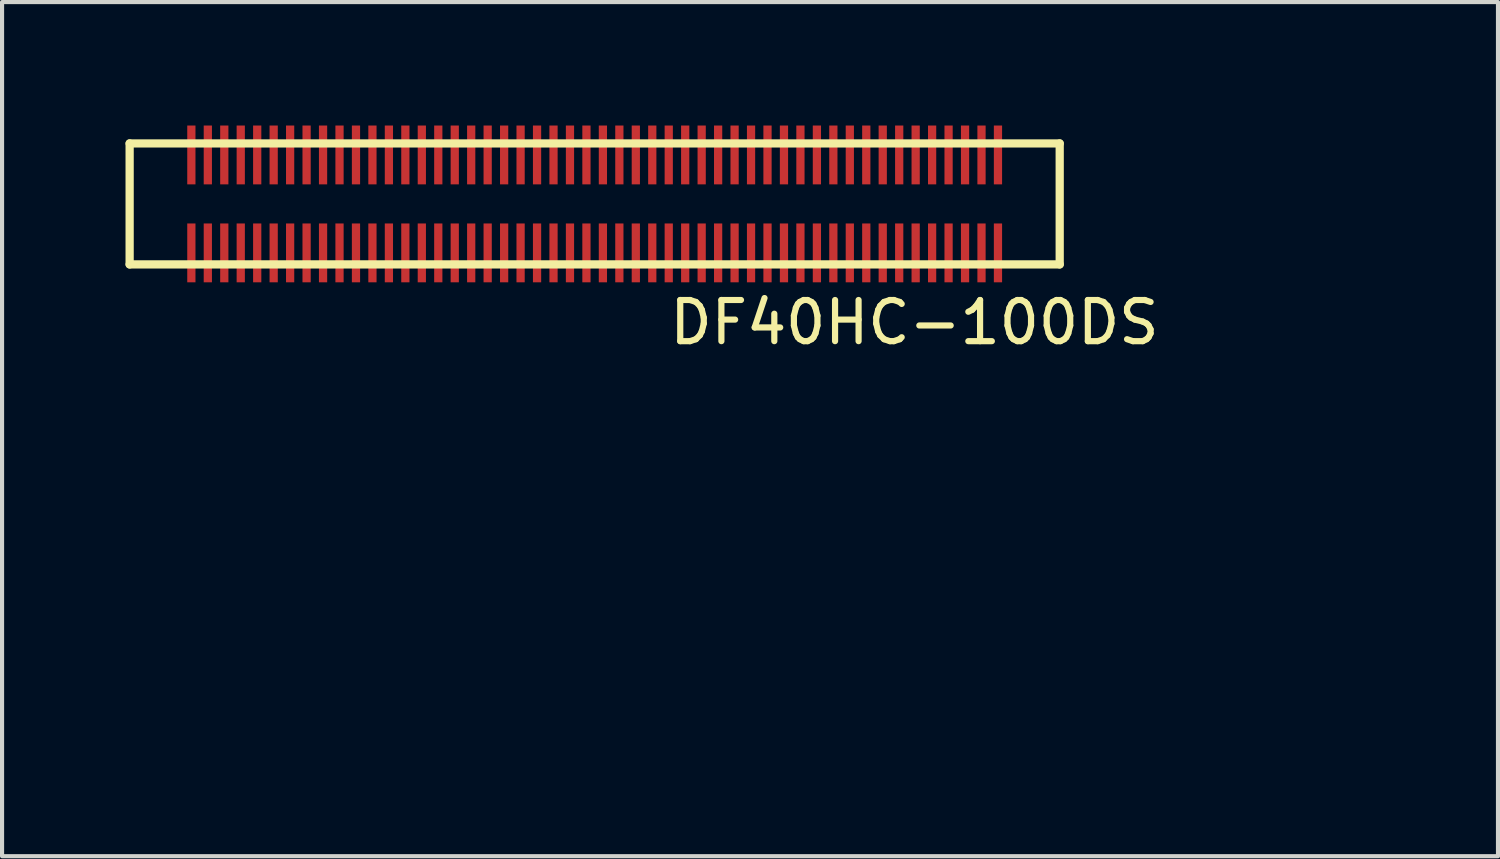
<source format=kicad_pcb>
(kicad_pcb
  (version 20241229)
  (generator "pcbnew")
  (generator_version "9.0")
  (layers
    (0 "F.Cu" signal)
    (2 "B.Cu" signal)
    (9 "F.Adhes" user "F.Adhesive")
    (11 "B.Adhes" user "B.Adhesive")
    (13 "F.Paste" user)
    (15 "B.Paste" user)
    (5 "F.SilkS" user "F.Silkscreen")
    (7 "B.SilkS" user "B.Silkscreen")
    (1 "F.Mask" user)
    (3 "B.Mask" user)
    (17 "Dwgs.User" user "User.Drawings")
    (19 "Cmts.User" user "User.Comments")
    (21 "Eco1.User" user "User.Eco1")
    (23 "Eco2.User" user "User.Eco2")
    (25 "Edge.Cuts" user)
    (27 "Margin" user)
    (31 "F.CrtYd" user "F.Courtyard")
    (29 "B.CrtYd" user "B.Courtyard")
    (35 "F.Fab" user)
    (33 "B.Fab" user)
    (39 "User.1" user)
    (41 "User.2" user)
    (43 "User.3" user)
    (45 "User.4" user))
  (footprint "DF40HC-100DS"
    (layer "F.Cu")
    (at 30.1 14.505)
    (property "Reference" "DF40HC-100DS" (at -10.93 -9.72 0) (layer "F.SilkS") (effects (font (size 1 1) (thickness 0.15))))
    (attr through_hole)
    (fp_line (start -30 -14.07) (end -30 -11.13) (stroke (width 0.2) (type solid)) (layer "F.SilkS"))
    (fp_line (start -30 -14.07) (end -7.4 -14.07) (stroke (width 0.2) (type solid)) (layer "F.SilkS"))
    (fp_line (start -30 -11.13) (end -7.4 -11.13) (stroke (width 0.2) (type solid)) (layer "F.SilkS"))
    (fp_line (start -7.4 -14.07) (end -7.4 -11.13) (stroke (width 0.2) (type solid)) (layer "F.SilkS"))
    (pad "1" smd rect (at -28.5 -13.79) (size 0.2 1.43) (layers "F.Cu" "F.Mask" "F.Paste"))
    (pad "2" smd rect (at -28.5 -11.41) (size 0.2 1.43) (layers "F.Cu" "F.Mask" "F.Paste"))
    (pad "3" smd rect (at -28.1 -13.79) (size 0.2 1.43) (layers "F.Cu" "F.Mask" "F.Paste"))
    (pad "4" smd rect (at -28.1 -11.41) (size 0.2 1.43) (layers "F.Cu" "F.Mask" "F.Paste"))
    (pad "5" smd rect (at -27.7 -13.79) (size 0.2 1.43) (layers "F.Cu" "F.Mask" "F.Paste"))
    (pad "6" smd rect (at -27.7 -11.41) (size 0.2 1.43) (layers "F.Cu" "F.Mask" "F.Paste"))
    (pad "7" smd rect (at -27.3 -13.79) (size 0.2 1.43) (layers "F.Cu" "F.Mask" "F.Paste"))
    (pad "8" smd rect (at -27.3 -11.41) (size 0.2 1.43) (layers "F.Cu" "F.Mask" "F.Paste"))
    (pad "9" smd rect (at -26.9 -13.79) (size 0.2 1.43) (layers "F.Cu" "F.Mask" "F.Paste"))
    (pad "10" smd rect (at -26.9 -11.41) (size 0.2 1.43) (layers "F.Cu" "F.Mask" "F.Paste"))
    (pad "11" smd rect (at -26.5 -13.79) (size 0.2 1.43) (layers "F.Cu" "F.Mask" "F.Paste"))
    (pad "12" smd rect (at -26.5 -11.41) (size 0.2 1.43) (layers "F.Cu" "F.Mask" "F.Paste"))
    (pad "13" smd rect (at -26.1 -13.79) (size 0.2 1.43) (layers "F.Cu" "F.Mask" "F.Paste"))
    (pad "14" smd rect (at -26.1 -11.41) (size 0.2 1.43) (layers "F.Cu" "F.Mask" "F.Paste"))
    (pad "15" smd rect (at -25.7 -13.79) (size 0.2 1.43) (layers "F.Cu" "F.Mask" "F.Paste"))
    (pad "16" smd rect (at -25.7 -11.41) (size 0.2 1.43) (layers "F.Cu" "F.Mask" "F.Paste"))
    (pad "17" smd rect (at -25.3 -13.79) (size 0.2 1.43) (layers "F.Cu" "F.Mask" "F.Paste"))
    (pad "18" smd rect (at -25.3 -11.41) (size 0.2 1.43) (layers "F.Cu" "F.Mask" "F.Paste"))
    (pad "19" smd rect (at -24.9 -13.79) (size 0.2 1.43) (layers "F.Cu" "F.Mask" "F.Paste"))
    (pad "20" smd rect (at -24.9 -11.41) (size 0.2 1.43) (layers "F.Cu" "F.Mask" "F.Paste"))
    (pad "21" smd rect (at -24.5 -13.79) (size 0.2 1.43) (layers "F.Cu" "F.Mask" "F.Paste"))
    (pad "22" smd rect (at -24.5 -11.41) (size 0.2 1.43) (layers "F.Cu" "F.Mask" "F.Paste"))
    (pad "23" smd rect (at -24.1 -13.79) (size 0.2 1.43) (layers "F.Cu" "F.Mask" "F.Paste"))
    (pad "24" smd rect (at -24.1 -11.41) (size 0.2 1.43) (layers "F.Cu" "F.Mask" "F.Paste"))
    (pad "25" smd rect (at -23.7 -13.79) (size 0.2 1.43) (layers "F.Cu" "F.Mask" "F.Paste"))
    (pad "26" smd rect (at -23.7 -11.41) (size 0.2 1.43) (layers "F.Cu" "F.Mask" "F.Paste"))
    (pad "27" smd rect (at -23.3 -13.79) (size 0.2 1.43) (layers "F.Cu" "F.Mask" "F.Paste"))
    (pad "28" smd rect (at -23.3 -11.41) (size 0.2 1.43) (layers "F.Cu" "F.Mask" "F.Paste"))
    (pad "29" smd rect (at -22.9 -13.79) (size 0.2 1.43) (layers "F.Cu" "F.Mask" "F.Paste"))
    (pad "30" smd rect (at -22.9 -11.41) (size 0.2 1.43) (layers "F.Cu" "F.Mask" "F.Paste"))
    (pad "31" smd rect (at -22.5 -13.79) (size 0.2 1.43) (layers "F.Cu" "F.Mask" "F.Paste"))
    (pad "32" smd rect (at -22.5 -11.41) (size 0.2 1.43) (layers "F.Cu" "F.Mask" "F.Paste"))
    (pad "33" smd rect (at -22.1 -13.79) (size 0.2 1.43) (layers "F.Cu" "F.Mask" "F.Paste"))
    (pad "34" smd rect (at -22.1 -11.41) (size 0.2 1.43) (layers "F.Cu" "F.Mask" "F.Paste"))
    (pad "35" smd rect (at -21.7 -13.79) (size 0.2 1.43) (layers "F.Cu" "F.Mask" "F.Paste"))
    (pad "36" smd rect (at -21.7 -11.41) (size 0.2 1.43) (layers "F.Cu" "F.Mask" "F.Paste"))
    (pad "37" smd rect (at -21.3 -13.79) (size 0.2 1.43) (layers "F.Cu" "F.Mask" "F.Paste"))
    (pad "38" smd rect (at -21.3 -11.41) (size 0.2 1.43) (layers "F.Cu" "F.Mask" "F.Paste"))
    (pad "39" smd rect (at -20.9 -13.79) (size 0.2 1.43) (layers "F.Cu" "F.Mask" "F.Paste"))
    (pad "40" smd rect (at -20.9 -11.41) (size 0.2 1.43) (layers "F.Cu" "F.Mask" "F.Paste"))
    (pad "41" smd rect (at -20.5 -13.79) (size 0.2 1.43) (layers "F.Cu" "F.Mask" "F.Paste"))
    (pad "42" smd rect (at -20.5 -11.41) (size 0.2 1.43) (layers "F.Cu" "F.Mask" "F.Paste"))
    (pad "43" smd rect (at -20.1 -13.79) (size 0.2 1.43) (layers "F.Cu" "F.Mask" "F.Paste"))
    (pad "44" smd rect (at -20.1 -11.41) (size 0.2 1.43) (layers "F.Cu" "F.Mask" "F.Paste"))
    (pad "45" smd rect (at -19.7 -13.79) (size 0.2 1.43) (layers "F.Cu" "F.Mask" "F.Paste"))
    (pad "46" smd rect (at -19.7 -11.41) (size 0.2 1.43) (layers "F.Cu" "F.Mask" "F.Paste"))
    (pad "47" smd rect (at -19.3 -13.79) (size 0.2 1.43) (layers "F.Cu" "F.Mask" "F.Paste"))
    (pad "48" smd rect (at -19.3 -11.41) (size 0.2 1.43) (layers "F.Cu" "F.Mask" "F.Paste"))
    (pad "49" smd rect (at -18.9 -13.79) (size 0.2 1.43) (layers "F.Cu" "F.Mask" "F.Paste"))
    (pad "50" smd rect (at -18.9 -11.41) (size 0.2 1.43) (layers "F.Cu" "F.Mask" "F.Paste"))
    (pad "51" smd rect (at -18.5 -13.79) (size 0.2 1.43) (layers "F.Cu" "F.Mask" "F.Paste"))
    (pad "52" smd rect (at -18.5 -11.41) (size 0.2 1.43) (layers "F.Cu" "F.Mask" "F.Paste"))
    (pad "53" smd rect (at -18.1 -13.79) (size 0.2 1.43) (layers "F.Cu" "F.Mask" "F.Paste"))
    (pad "54" smd rect (at -18.1 -11.41) (size 0.2 1.43) (layers "F.Cu" "F.Mask" "F.Paste"))
    (pad "55" smd rect (at -17.7 -13.79) (size 0.2 1.43) (layers "F.Cu" "F.Mask" "F.Paste"))
    (pad "56" smd rect (at -17.7 -11.41) (size 0.2 1.43) (layers "F.Cu" "F.Mask" "F.Paste"))
    (pad "57" smd rect (at -17.3 -13.79) (size 0.2 1.43) (layers "F.Cu" "F.Mask" "F.Paste"))
    (pad "58" smd rect (at -17.3 -11.41) (size 0.2 1.43) (layers "F.Cu" "F.Mask" "F.Paste"))
    (pad "59" smd rect (at -16.9 -13.79) (size 0.2 1.43) (layers "F.Cu" "F.Mask" "F.Paste"))
    (pad "60" smd rect (at -16.9 -11.41) (size 0.2 1.43) (layers "F.Cu" "F.Mask" "F.Paste"))
    (pad "61" smd rect (at -16.5 -13.79) (size 0.2 1.43) (layers "F.Cu" "F.Mask" "F.Paste"))
    (pad "62" smd rect (at -16.5 -11.41) (size 0.2 1.43) (layers "F.Cu" "F.Mask" "F.Paste"))
    (pad "63" smd rect (at -16.1 -13.79) (size 0.2 1.43) (layers "F.Cu" "F.Mask" "F.Paste"))
    (pad "64" smd rect (at -16.1 -11.41) (size 0.2 1.43) (layers "F.Cu" "F.Mask" "F.Paste"))
    (pad "65" smd rect (at -15.7 -13.79) (size 0.2 1.43) (layers "F.Cu" "F.Mask" "F.Paste"))
    (pad "66" smd rect (at -15.7 -11.41) (size 0.2 1.43) (layers "F.Cu" "F.Mask" "F.Paste"))
    (pad "67" smd rect (at -15.3 -13.79) (size 0.2 1.43) (layers "F.Cu" "F.Mask" "F.Paste"))
    (pad "68" smd rect (at -15.3 -11.41) (size 0.2 1.43) (layers "F.Cu" "F.Mask" "F.Paste"))
    (pad "69" smd rect (at -14.9 -13.79) (size 0.2 1.43) (layers "F.Cu" "F.Mask" "F.Paste"))
    (pad "70" smd rect (at -14.9 -11.41) (size 0.2 1.43) (layers "F.Cu" "F.Mask" "F.Paste"))
    (pad "71" smd rect (at -14.5 -13.79) (size 0.2 1.43) (layers "F.Cu" "F.Mask" "F.Paste"))
    (pad "72" smd rect (at -14.5 -11.41) (size 0.2 1.43) (layers "F.Cu" "F.Mask" "F.Paste"))
    (pad "73" smd rect (at -14.1 -13.79) (size 0.2 1.43) (layers "F.Cu" "F.Mask" "F.Paste"))
    (pad "74" smd rect (at -14.1 -11.41) (size 0.2 1.43) (layers "F.Cu" "F.Mask" "F.Paste"))
    (pad "75" smd rect (at -13.7 -13.79) (size 0.2 1.43) (layers "F.Cu" "F.Mask" "F.Paste"))
    (pad "76" smd rect (at -13.7 -11.41) (size 0.2 1.43) (layers "F.Cu" "F.Mask" "F.Paste"))
    (pad "77" smd rect (at -13.3 -13.79) (size 0.2 1.43) (layers "F.Cu" "F.Mask" "F.Paste"))
    (pad "78" smd rect (at -13.3 -11.41) (size 0.2 1.43) (layers "F.Cu" "F.Mask" "F.Paste"))
    (pad "79" smd rect (at -12.9 -13.79) (size 0.2 1.43) (layers "F.Cu" "F.Mask" "F.Paste"))
    (pad "80" smd rect (at -12.9 -11.41) (size 0.2 1.43) (layers "F.Cu" "F.Mask" "F.Paste"))
    (pad "81" smd rect (at -12.5 -13.79) (size 0.2 1.43) (layers "F.Cu" "F.Mask" "F.Paste"))
    (pad "82" smd rect (at -12.5 -11.41) (size 0.2 1.43) (layers "F.Cu" "F.Mask" "F.Paste"))
    (pad "83" smd rect (at -12.1 -13.79) (size 0.2 1.43) (layers "F.Cu" "F.Mask" "F.Paste"))
    (pad "84" smd rect (at -12.1 -11.41) (size 0.2 1.43) (layers "F.Cu" "F.Mask" "F.Paste"))
    (pad "85" smd rect (at -11.7 -13.79) (size 0.2 1.43) (layers "F.Cu" "F.Mask" "F.Paste"))
    (pad "86" smd rect (at -11.7 -11.41) (size 0.2 1.43) (layers "F.Cu" "F.Mask" "F.Paste"))
    (pad "87" smd rect (at -11.3 -13.79) (size 0.2 1.43) (layers "F.Cu" "F.Mask" "F.Paste"))
    (pad "88" smd rect (at -11.3 -11.41) (size 0.2 1.43) (layers "F.Cu" "F.Mask" "F.Paste"))
    (pad "89" smd rect (at -10.9 -13.79) (size 0.2 1.43) (layers "F.Cu" "F.Mask" "F.Paste"))
    (pad "90" smd rect (at -10.9 -11.41) (size 0.2 1.43) (layers "F.Cu" "F.Mask" "F.Paste"))
    (pad "91" smd rect (at -10.5 -13.79) (size 0.2 1.43) (layers "F.Cu" "F.Mask" "F.Paste"))
    (pad "92" smd rect (at -10.5 -11.41) (size 0.2 1.43) (layers "F.Cu" "F.Mask" "F.Paste"))
    (pad "93" smd rect (at -10.1 -13.79) (size 0.2 1.43) (layers "F.Cu" "F.Mask" "F.Paste"))
    (pad "94" smd rect (at -10.1 -11.41) (size 0.2 1.43) (layers "F.Cu" "F.Mask" "F.Paste"))
    (pad "95" smd rect (at -9.7 -13.79) (size 0.2 1.43) (layers "F.Cu" "F.Mask" "F.Paste"))
    (pad "96" smd rect (at -9.7 -11.41) (size 0.2 1.43) (layers "F.Cu" "F.Mask" "F.Paste"))
    (pad "97" smd rect (at -9.3 -13.79) (size 0.2 1.43) (layers "F.Cu" "F.Mask" "F.Paste"))
    (pad "98" smd rect (at -9.3 -11.41) (size 0.2 1.43) (layers "F.Cu" "F.Mask" "F.Paste"))
    (pad "99" smd rect (at -8.9 -13.79) (size 0.2 1.43) (layers "F.Cu" "F.Mask" "F.Paste"))
    (pad "100" smd rect (at -8.9 -11.41) (size 0.2 1.43) (layers "F.Cu" "F.Mask" "F.Paste")))
  (gr_rect
    (start -3 -3)
    (end 33.35 17.755)
    (stroke (width 0.1) (type default))
    (fill no)
    (layer "Edge.Cuts")))
</source>
